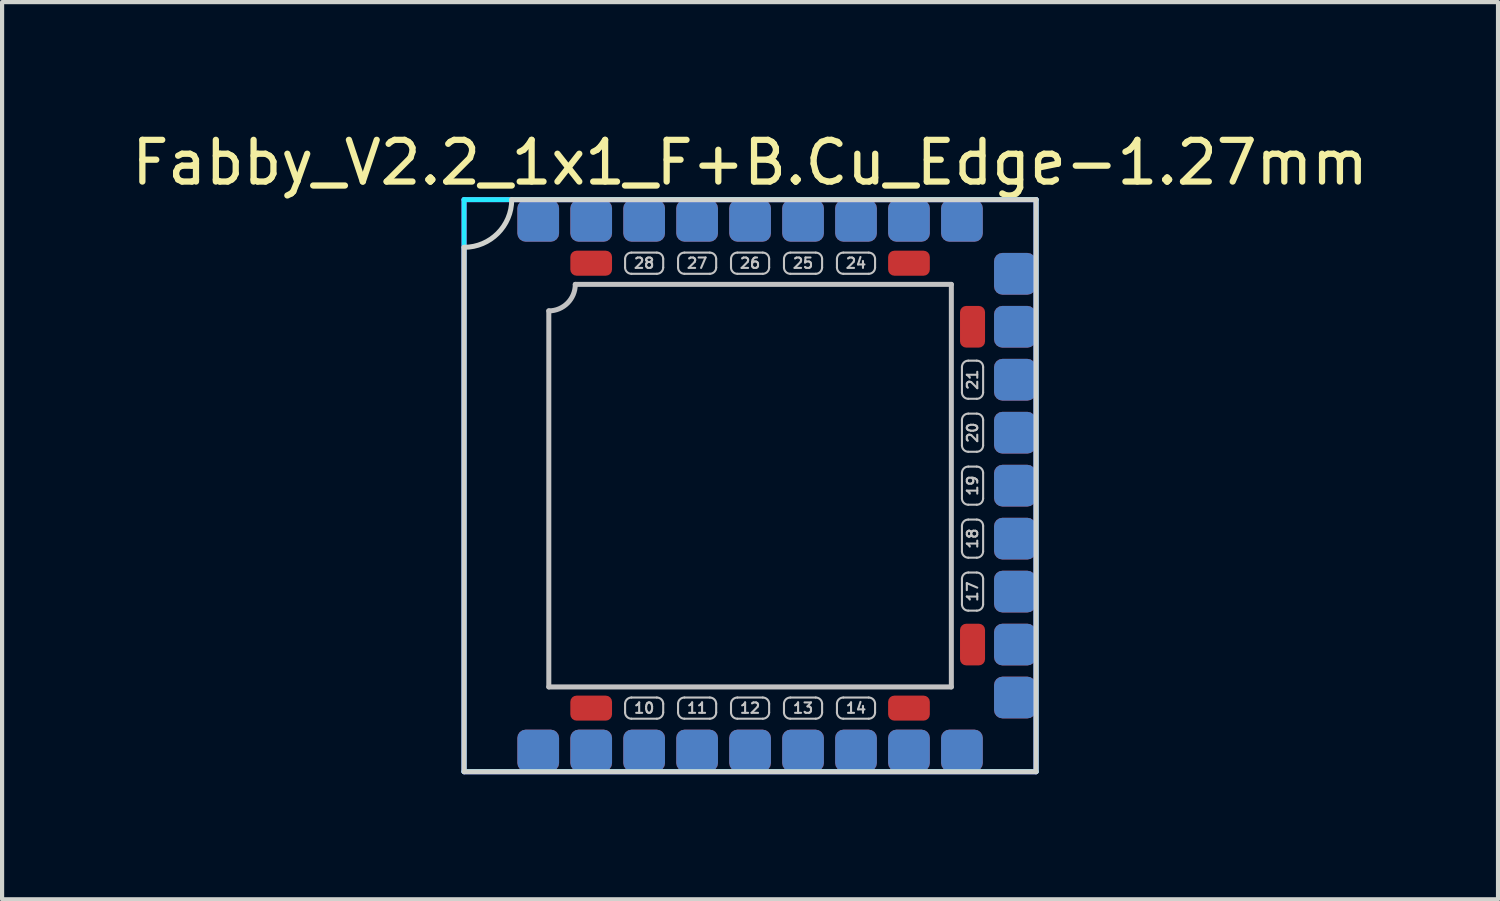
<source format=kicad_pcb>
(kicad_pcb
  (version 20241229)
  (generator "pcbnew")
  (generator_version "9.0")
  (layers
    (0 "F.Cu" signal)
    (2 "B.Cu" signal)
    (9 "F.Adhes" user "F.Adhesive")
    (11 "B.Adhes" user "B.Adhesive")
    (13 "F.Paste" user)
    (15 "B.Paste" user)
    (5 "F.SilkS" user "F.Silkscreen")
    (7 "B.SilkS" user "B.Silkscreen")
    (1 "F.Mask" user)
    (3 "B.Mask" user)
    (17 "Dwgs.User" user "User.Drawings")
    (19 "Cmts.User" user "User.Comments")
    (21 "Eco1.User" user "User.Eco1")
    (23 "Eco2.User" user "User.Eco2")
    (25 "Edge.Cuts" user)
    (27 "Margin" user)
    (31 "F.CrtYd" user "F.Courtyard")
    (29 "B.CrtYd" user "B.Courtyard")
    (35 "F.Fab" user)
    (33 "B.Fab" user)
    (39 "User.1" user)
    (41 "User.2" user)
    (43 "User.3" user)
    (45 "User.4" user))
  (footprint "Fabby_V2.2_1x1_F+B.Cu_Edge-1.27mm"
    (layer "F.Cu")
    (at 14.935 8.595)
    (property "Reference" "Fabby_V2.2_1x1_F+B.Cu_Edge-1.27mm" (at 0 -7.747 0) (layer "F.SilkS") (effects (font (size 1 1) (thickness 0.15))))
    (attr through_hole)
    (fp_line (start -4.826 4.826) (end -4.826 -4.191) (stroke (width 0.12) (type solid)) (layer "Dwgs.User"))
    (fp_line (start -4.191 -4.826) (end 4.826 -4.826) (stroke (width 0.12) (type solid)) (layer "Dwgs.User"))
    (fp_line (start -2.997 -5.436) (end -2.997 -5.232) (stroke (width 0.05) (type solid)) (layer "Dwgs.User"))
    (fp_line (start -2.997 5.232) (end -2.997 5.436) (stroke (width 0.05) (type solid)) (layer "Dwgs.User"))
    (fp_line (start -2.845 -5.588) (end -2.235 -5.588) (stroke (width 0.05) (type solid)) (layer "Dwgs.User"))
    (fp_line (start -2.845 -5.08) (end -2.235 -5.08) (stroke (width 0.05) (type solid)) (layer "Dwgs.User"))
    (fp_line (start -2.845 5.08) (end -2.235 5.08) (stroke (width 0.05) (type solid)) (layer "Dwgs.User"))
    (fp_line (start -2.845 5.588) (end -2.235 5.588) (stroke (width 0.05) (type solid)) (layer "Dwgs.User"))
    (fp_line (start -2.083 -5.436) (end -2.083 -5.232) (stroke (width 0.05) (type solid)) (layer "Dwgs.User"))
    (fp_line (start -2.083 5.232) (end -2.083 5.436) (stroke (width 0.05) (type solid)) (layer "Dwgs.User"))
    (fp_line (start -1.727 -5.436) (end -1.727 -5.232) (stroke (width 0.05) (type solid)) (layer "Dwgs.User"))
    (fp_line (start -1.727 5.232) (end -1.727 5.436) (stroke (width 0.05) (type solid)) (layer "Dwgs.User"))
    (fp_line (start -1.575 -5.588) (end -0.965 -5.588) (stroke (width 0.05) (type solid)) (layer "Dwgs.User"))
    (fp_line (start -1.575 -5.08) (end -0.965 -5.08) (stroke (width 0.05) (type solid)) (layer "Dwgs.User"))
    (fp_line (start -1.575 5.08) (end -0.965 5.08) (stroke (width 0.05) (type solid)) (layer "Dwgs.User"))
    (fp_line (start -1.575 5.588) (end -0.965 5.588) (stroke (width 0.05) (type solid)) (layer "Dwgs.User"))
    (fp_line (start -0.813 -5.436) (end -0.813 -5.232) (stroke (width 0.05) (type solid)) (layer "Dwgs.User"))
    (fp_line (start -0.813 5.232) (end -0.813 5.436) (stroke (width 0.05) (type solid)) (layer "Dwgs.User"))
    (fp_line (start -0.457 -5.436) (end -0.457 -5.232) (stroke (width 0.05) (type solid)) (layer "Dwgs.User"))
    (fp_line (start -0.457 5.232) (end -0.457 5.436) (stroke (width 0.05) (type solid)) (layer "Dwgs.User"))
    (fp_line (start -0.305 -5.588) (end 0.305 -5.588) (stroke (width 0.05) (type solid)) (layer "Dwgs.User"))
    (fp_line (start -0.305 -5.08) (end 0.305 -5.08) (stroke (width 0.05) (type solid)) (layer "Dwgs.User"))
    (fp_line (start -0.305 5.08) (end 0.305 5.08) (stroke (width 0.05) (type solid)) (layer "Dwgs.User"))
    (fp_line (start -0.305 5.588) (end 0.305 5.588) (stroke (width 0.05) (type solid)) (layer "Dwgs.User"))
    (fp_line (start 0.457 -5.436) (end 0.457 -5.232) (stroke (width 0.05) (type solid)) (layer "Dwgs.User"))
    (fp_line (start 0.457 5.232) (end 0.457 5.436) (stroke (width 0.05) (type solid)) (layer "Dwgs.User"))
    (fp_line (start 0.813 -5.436) (end 0.813 -5.232) (stroke (width 0.05) (type solid)) (layer "Dwgs.User"))
    (fp_line (start 0.813 5.232) (end 0.813 5.436) (stroke (width 0.05) (type solid)) (layer "Dwgs.User"))
    (fp_line (start 0.965 -5.588) (end 1.575 -5.588) (stroke (width 0.05) (type solid)) (layer "Dwgs.User"))
    (fp_line (start 0.965 -5.08) (end 1.575 -5.08) (stroke (width 0.05) (type solid)) (layer "Dwgs.User"))
    (fp_line (start 0.965 5.08) (end 1.575 5.08) (stroke (width 0.05) (type solid)) (layer "Dwgs.User"))
    (fp_line (start 0.965 5.588) (end 1.575 5.588) (stroke (width 0.05) (type solid)) (layer "Dwgs.User"))
    (fp_line (start 1.727 -5.436) (end 1.727 -5.232) (stroke (width 0.05) (type solid)) (layer "Dwgs.User"))
    (fp_line (start 1.727 5.232) (end 1.727 5.436) (stroke (width 0.05) (type solid)) (layer "Dwgs.User"))
    (fp_line (start 2.083 -5.436) (end 2.083 -5.232) (stroke (width 0.05) (type solid)) (layer "Dwgs.User"))
    (fp_line (start 2.083 5.232) (end 2.083 5.436) (stroke (width 0.05) (type solid)) (layer "Dwgs.User"))
    (fp_line (start 2.235 -5.588) (end 2.845 -5.588) (stroke (width 0.05) (type solid)) (layer "Dwgs.User"))
    (fp_line (start 2.235 -5.08) (end 2.845 -5.08) (stroke (width 0.05) (type solid)) (layer "Dwgs.User"))
    (fp_line (start 2.235 5.08) (end 2.845 5.08) (stroke (width 0.05) (type solid)) (layer "Dwgs.User"))
    (fp_line (start 2.235 5.588) (end 2.845 5.588) (stroke (width 0.05) (type solid)) (layer "Dwgs.User"))
    (fp_line (start 2.997 -5.436) (end 2.997 -5.232) (stroke (width 0.05) (type solid)) (layer "Dwgs.User"))
    (fp_line (start 2.997 5.232) (end 2.997 5.436) (stroke (width 0.05) (type solid)) (layer "Dwgs.User"))
    (fp_line (start 4.826 -4.826) (end 4.826 4.826) (stroke (width 0.12) (type solid)) (layer "Dwgs.User"))
    (fp_line (start 4.826 4.826) (end -4.826 4.826) (stroke (width 0.12) (type solid)) (layer "Dwgs.User"))
    (fp_line (start 5.08 -2.235) (end 5.08 -2.845) (stroke (width 0.05) (type solid)) (layer "Dwgs.User"))
    (fp_line (start 5.08 -0.965) (end 5.08 -1.575) (stroke (width 0.05) (type solid)) (layer "Dwgs.User"))
    (fp_line (start 5.08 0.305) (end 5.08 -0.305) (stroke (width 0.05) (type solid)) (layer "Dwgs.User"))
    (fp_line (start 5.08 1.575) (end 5.08 0.965) (stroke (width 0.05) (type solid)) (layer "Dwgs.User"))
    (fp_line (start 5.08 2.845) (end 5.08 2.235) (stroke (width 0.05) (type solid)) (layer "Dwgs.User"))
    (fp_line (start 5.232 -2.997) (end 5.436 -2.997) (stroke (width 0.05) (type solid)) (layer "Dwgs.User"))
    (fp_line (start 5.232 -2.083) (end 5.436 -2.083) (stroke (width 0.05) (type solid)) (layer "Dwgs.User"))
    (fp_line (start 5.232 -1.727) (end 5.436 -1.727) (stroke (width 0.05) (type solid)) (layer "Dwgs.User"))
    (fp_line (start 5.232 -0.813) (end 5.436 -0.813) (stroke (width 0.05) (type solid)) (layer "Dwgs.User"))
    (fp_line (start 5.232 -0.457) (end 5.436 -0.457) (stroke (width 0.05) (type solid)) (layer "Dwgs.User"))
    (fp_line (start 5.232 0.457) (end 5.436 0.457) (stroke (width 0.05) (type solid)) (layer "Dwgs.User"))
    (fp_line (start 5.232 0.813) (end 5.436 0.813) (stroke (width 0.05) (type solid)) (layer "Dwgs.User"))
    (fp_line (start 5.232 1.727) (end 5.436 1.727) (stroke (width 0.05) (type solid)) (layer "Dwgs.User"))
    (fp_line (start 5.232 2.083) (end 5.436 2.083) (stroke (width 0.05) (type solid)) (layer "Dwgs.User"))
    (fp_line (start 5.232 2.997) (end 5.436 2.997) (stroke (width 0.05) (type solid)) (layer "Dwgs.User"))
    (fp_line (start 5.588 -2.235) (end 5.588 -2.845) (stroke (width 0.05) (type solid)) (layer "Dwgs.User"))
    (fp_line (start 5.588 -0.965) (end 5.588 -1.575) (stroke (width 0.05) (type solid)) (layer "Dwgs.User"))
    (fp_line (start 5.588 0.305) (end 5.588 -0.305) (stroke (width 0.05) (type solid)) (layer "Dwgs.User"))
    (fp_line (start 5.588 1.575) (end 5.588 0.965) (stroke (width 0.05) (type solid)) (layer "Dwgs.User"))
    (fp_line (start 5.588 2.845) (end 5.588 2.235) (stroke (width 0.05) (type solid)) (layer "Dwgs.User"))
    (fp_arc (start -4.191 -4.826) (mid -4.376987 -4.376987) (end -4.826 -4.191) (stroke (width 0.12) (type solid)) (layer "Dwgs.User"))
    (fp_arc (start -2.9972 -5.4356) (mid -2.952563 -5.543363) (end -2.8448 -5.588) (stroke (width 0.05) (type solid)) (layer "Dwgs.User"))
    (fp_arc (start -2.9972 5.2324) (mid -2.952563 5.124637) (end -2.8448 5.08) (stroke (width 0.05) (type solid)) (layer "Dwgs.User"))
    (fp_arc (start -2.8448 -5.08) (mid -2.952563 -5.124637) (end -2.9972 -5.2324) (stroke (width 0.05) (type solid)) (layer "Dwgs.User"))
    (fp_arc (start -2.8448 5.588) (mid -2.952563 5.543363) (end -2.9972 5.4356) (stroke (width 0.05) (type solid)) (layer "Dwgs.User"))
    (fp_arc (start -2.2352 -5.588) (mid -2.127437 -5.543363) (end -2.0828 -5.4356) (stroke (width 0.05) (type solid)) (layer "Dwgs.User"))
    (fp_arc (start -2.2352 5.08) (mid -2.127437 5.124637) (end -2.0828 5.2324) (stroke (width 0.05) (type solid)) (layer "Dwgs.User"))
    (fp_arc (start -2.0828 -5.2324) (mid -2.127437 -5.124637) (end -2.2352 -5.08) (stroke (width 0.05) (type solid)) (layer "Dwgs.User"))
    (fp_arc (start -2.0828 5.4356) (mid -2.127437 5.543363) (end -2.2352 5.588) (stroke (width 0.05) (type solid)) (layer "Dwgs.User"))
    (fp_arc (start -1.7272 -5.4356) (mid -1.682563 -5.543363) (end -1.5748 -5.588) (stroke (width 0.05) (type solid)) (layer "Dwgs.User"))
    (fp_arc (start -1.7272 5.2324) (mid -1.682563 5.124637) (end -1.5748 5.08) (stroke (width 0.05) (type solid)) (layer "Dwgs.User"))
    (fp_arc (start -1.5748 -5.08) (mid -1.682563 -5.124637) (end -1.7272 -5.2324) (stroke (width 0.05) (type solid)) (layer "Dwgs.User"))
    (fp_arc (start -1.5748 5.588) (mid -1.682563 5.543363) (end -1.7272 5.4356) (stroke (width 0.05) (type solid)) (layer "Dwgs.User"))
    (fp_arc (start -0.9652 -5.588) (mid -0.857437 -5.543363) (end -0.8128 -5.4356) (stroke (width 0.05) (type solid)) (layer "Dwgs.User"))
    (fp_arc (start -0.9652 5.08) (mid -0.857437 5.124637) (end -0.8128 5.2324) (stroke (width 0.05) (type solid)) (layer "Dwgs.User"))
    (fp_arc (start -0.8128 -5.2324) (mid -0.857437 -5.124637) (end -0.9652 -5.08) (stroke (width 0.05) (type solid)) (layer "Dwgs.User"))
    (fp_arc (start -0.8128 5.4356) (mid -0.857437 5.543363) (end -0.9652 5.588) (stroke (width 0.05) (type solid)) (layer "Dwgs.User"))
    (fp_arc (start -0.4572 -5.4356) (mid -0.412563 -5.543363) (end -0.3048 -5.588) (stroke (width 0.05) (type solid)) (layer "Dwgs.User"))
    (fp_arc (start -0.4572 5.2324) (mid -0.412563 5.124637) (end -0.3048 5.08) (stroke (width 0.05) (type solid)) (layer "Dwgs.User"))
    (fp_arc (start -0.3048 -5.08) (mid -0.412563 -5.124637) (end -0.4572 -5.2324) (stroke (width 0.05) (type solid)) (layer "Dwgs.User"))
    (fp_arc (start -0.3048 5.588) (mid -0.412563 5.543363) (end -0.4572 5.4356) (stroke (width 0.05) (type solid)) (layer "Dwgs.User"))
    (fp_arc (start 0.3048 -5.588) (mid 0.412563 -5.543363) (end 0.4572 -5.4356) (stroke (width 0.05) (type solid)) (layer "Dwgs.User"))
    (fp_arc (start 0.3048 5.08) (mid 0.412563 5.124637) (end 0.4572 5.2324) (stroke (width 0.05) (type solid)) (layer "Dwgs.User"))
    (fp_arc (start 0.4572 -5.2324) (mid 0.412563 -5.124637) (end 0.3048 -5.08) (stroke (width 0.05) (type solid)) (layer "Dwgs.User"))
    (fp_arc (start 0.4572 5.4356) (mid 0.412563 5.543363) (end 0.3048 5.588) (stroke (width 0.05) (type solid)) (layer "Dwgs.User"))
    (fp_arc (start 0.8128 -5.4356) (mid 0.857437 -5.543363) (end 0.9652 -5.588) (stroke (width 0.05) (type solid)) (layer "Dwgs.User"))
    (fp_arc (start 0.8128 5.2324) (mid 0.857437 5.124637) (end 0.9652 5.08) (stroke (width 0.05) (type solid)) (layer "Dwgs.User"))
    (fp_arc (start 0.9652 -5.08) (mid 0.857437 -5.124637) (end 0.8128 -5.2324) (stroke (width 0.05) (type solid)) (layer "Dwgs.User"))
    (fp_arc (start 0.9652 5.588) (mid 0.857437 5.543363) (end 0.8128 5.4356) (stroke (width 0.05) (type solid)) (layer "Dwgs.User"))
    (fp_arc (start 1.5748 -5.588) (mid 1.682563 -5.543363) (end 1.7272 -5.4356) (stroke (width 0.05) (type solid)) (layer "Dwgs.User"))
    (fp_arc (start 1.5748 5.08) (mid 1.682563 5.124637) (end 1.7272 5.2324) (stroke (width 0.05) (type solid)) (layer "Dwgs.User"))
    (fp_arc (start 1.7272 -5.2324) (mid 1.682563 -5.124637) (end 1.5748 -5.08) (stroke (width 0.05) (type solid)) (layer "Dwgs.User"))
    (fp_arc (start 1.7272 5.4356) (mid 1.682563 5.543363) (end 1.5748 5.588) (stroke (width 0.05) (type solid)) (layer "Dwgs.User"))
    (fp_arc (start 2.0828 -5.4356) (mid 2.127437 -5.543363) (end 2.2352 -5.588) (stroke (width 0.05) (type solid)) (layer "Dwgs.User"))
    (fp_arc (start 2.0828 5.2324) (mid 2.127437 5.124637) (end 2.2352 5.08) (stroke (width 0.05) (type solid)) (layer "Dwgs.User"))
    (fp_arc (start 2.2352 -5.08) (mid 2.127437 -5.124637) (end 2.0828 -5.2324) (stroke (width 0.05) (type solid)) (layer "Dwgs.User"))
    (fp_arc (start 2.2352 5.588) (mid 2.127437 5.543363) (end 2.0828 5.4356) (stroke (width 0.05) (type solid)) (layer "Dwgs.User"))
    (fp_arc (start 2.8448 -5.588) (mid 2.952563 -5.543363) (end 2.9972 -5.4356) (stroke (width 0.05) (type solid)) (layer "Dwgs.User"))
    (fp_arc (start 2.8448 5.08) (mid 2.952563 5.124637) (end 2.9972 5.2324) (stroke (width 0.05) (type solid)) (layer "Dwgs.User"))
    (fp_arc (start 2.9972 -5.2324) (mid 2.952563 -5.124637) (end 2.8448 -5.08) (stroke (width 0.05) (type solid)) (layer "Dwgs.User"))
    (fp_arc (start 2.9972 5.4356) (mid 2.952563 5.543363) (end 2.8448 5.588) (stroke (width 0.05) (type solid)) (layer "Dwgs.User"))
    (fp_arc (start 5.08 -2.8448) (mid 5.124637 -2.952563) (end 5.2324 -2.9972) (stroke (width 0.05) (type solid)) (layer "Dwgs.User"))
    (fp_arc (start 5.08 -1.5748) (mid 5.124637 -1.682563) (end 5.2324 -1.7272) (stroke (width 0.05) (type solid)) (layer "Dwgs.User"))
    (fp_arc (start 5.08 -0.3048) (mid 5.124637 -0.412563) (end 5.2324 -0.4572) (stroke (width 0.05) (type solid)) (layer "Dwgs.User"))
    (fp_arc (start 5.08 0.9652) (mid 5.124637 0.857437) (end 5.2324 0.8128) (stroke (width 0.05) (type solid)) (layer "Dwgs.User"))
    (fp_arc (start 5.08 2.2352) (mid 5.124637 2.127437) (end 5.2324 2.0828) (stroke (width 0.05) (type solid)) (layer "Dwgs.User"))
    (fp_arc (start 5.2324 -2.0828) (mid 5.124637 -2.127437) (end 5.08 -2.2352) (stroke (width 0.05) (type solid)) (layer "Dwgs.User"))
    (fp_arc (start 5.2324 -0.8128) (mid 5.124637 -0.857437) (end 5.08 -0.9652) (stroke (width 0.05) (type solid)) (layer "Dwgs.User"))
    (fp_arc (start 5.2324 0.4572) (mid 5.124637 0.412563) (end 5.08 0.3048) (stroke (width 0.05) (type solid)) (layer "Dwgs.User"))
    (fp_arc (start 5.2324 1.7272) (mid 5.124637 1.682563) (end 5.08 1.5748) (stroke (width 0.05) (type solid)) (layer "Dwgs.User"))
    (fp_arc (start 5.2324 2.9972) (mid 5.124637 2.952563) (end 5.08 2.8448) (stroke (width 0.05) (type solid)) (layer "Dwgs.User"))
    (fp_arc (start 5.4356 -2.9972) (mid 5.543363 -2.952563) (end 5.588 -2.8448) (stroke (width 0.05) (type solid)) (layer "Dwgs.User"))
    (fp_arc (start 5.4356 -1.7272) (mid 5.543363 -1.682563) (end 5.588 -1.5748) (stroke (width 0.05) (type solid)) (layer "Dwgs.User"))
    (fp_arc (start 5.4356 -0.4572) (mid 5.543363 -0.412563) (end 5.588 -0.3048) (stroke (width 0.05) (type solid)) (layer "Dwgs.User"))
    (fp_arc (start 5.4356 0.8128) (mid 5.543363 0.857437) (end 5.588 0.9652) (stroke (width 0.05) (type solid)) (layer "Dwgs.User"))
    (fp_arc (start 5.4356 2.0828) (mid 5.543363 2.127437) (end 5.588 2.2352) (stroke (width 0.05) (type solid)) (layer "Dwgs.User"))
    (fp_arc (start 5.588 -2.2352) (mid 5.543363 -2.127437) (end 5.4356 -2.0828) (stroke (width 0.05) (type solid)) (layer "Dwgs.User"))
    (fp_arc (start 5.588 -0.9652) (mid 5.543363 -0.857437) (end 5.4356 -0.8128) (stroke (width 0.05) (type solid)) (layer "Dwgs.User"))
    (fp_arc (start 5.588 0.3048) (mid 5.543363 0.412563) (end 5.4356 0.4572) (stroke (width 0.05) (type solid)) (layer "Dwgs.User"))
    (fp_arc (start 5.588 1.5748) (mid 5.543363 1.682563) (end 5.4356 1.7272) (stroke (width 0.05) (type solid)) (layer "Dwgs.User"))
    (fp_arc (start 5.588 2.8448) (mid 5.543363 2.952563) (end 5.4356 2.9972) (stroke (width 0.05) (type solid)) (layer "Dwgs.User"))
    (fp_line (start -6.858 -5.715) (end -6.858 6.858) (stroke (width 0.12) (type solid)) (layer "Edge.Cuts"))
    (fp_line (start -6.858 6.858) (end 6.858 6.858) (stroke (width 0.12) (type solid)) (layer "Edge.Cuts"))
    (fp_line (start -5.715 -6.858) (end 6.858 -6.858) (stroke (width 0.12) (type solid)) (layer "Edge.Cuts"))
    (fp_line (start 6.858 -6.858) (end 6.858 6.858) (stroke (width 0.12) (type solid)) (layer "Edge.Cuts"))
    (fp_arc (start -5.715 -6.858) (mid -6.049777 -6.049777) (end -6.858 -5.715) (stroke (width 0.12) (type solid)) (layer "Edge.Cuts"))
    (fp_line (start -6.858 -6.858) (end 6.858 -6.858) (stroke (width 0.12) (type solid)) (layer "B.CrtYd"))
    (fp_line (start -6.858 6.858) (end -6.858 -6.858) (stroke (width 0.12) (type solid)) (layer "B.CrtYd"))
    (fp_line (start 6.858 -6.858) (end 6.858 6.858) (stroke (width 0.12) (type solid)) (layer "B.CrtYd"))
    (fp_line (start 6.858 6.858) (end -6.858 6.858) (stroke (width 0.12) (type solid)) (layer "B.CrtYd"))
    (fp_line (start -6.858 -6.858) (end 6.858 -6.858) (stroke (width 0.12) (type solid)) (layer "F.CrtYd"))
    (fp_line (start -6.858 6.858) (end -6.858 -6.858) (stroke (width 0.12) (type solid)) (layer "F.CrtYd"))
    (fp_line (start 6.858 -6.858) (end 6.858 6.858) (stroke (width 0.12) (type solid)) (layer "F.CrtYd"))
    (fp_line (start 6.858 6.858) (end -6.858 6.858) (stroke (width 0.12) (type solid)) (layer "F.CrtYd"))
    (fp_text user "17" (at 5.334 2.54 90) (layer "Dwgs.User") (effects (font (size 0.25 0.25) (thickness 0.05))))
    (fp_text user "27" (at -1.27 -5.334 0) (layer "Dwgs.User") (effects (font (size 0.25 0.25) (thickness 0.05))))
    (fp_text user "26" (at 0 -5.334 0) (layer "Dwgs.User") (effects (font (size 0.25 0.25) (thickness 0.05))))
    (fp_text user "24" (at 2.54 -5.334 0) (layer "Dwgs.User") (effects (font (size 0.25 0.25) (thickness 0.05))))
    (fp_text user "18" (at 5.334 1.27 90) (layer "Dwgs.User") (effects (font (size 0.25 0.25) (thickness 0.05))))
    (fp_text user "19" (at 5.334 0 90) (layer "Dwgs.User") (effects (font (size 0.25 0.25) (thickness 0.05))))
    (fp_text user "11" (at -1.27 5.334 0) (layer "Dwgs.User") (effects (font (size 0.25 0.25) (thickness 0.05))))
    (fp_text user "21" (at 5.334 -2.54 90) (layer "Dwgs.User") (effects (font (size 0.25 0.25) (thickness 0.05))))
    (fp_text user "14" (at 2.54 5.334 0) (layer "Dwgs.User") (effects (font (size 0.25 0.25) (thickness 0.05))))
    (fp_text user "28" (at -2.54 -5.334 0) (layer "Dwgs.User") (effects (font (size 0.25 0.25) (thickness 0.05))))
    (fp_text user "12" (at 0 5.334 0) (layer "Dwgs.User") (effects (font (size 0.25 0.25) (thickness 0.05))))
    (fp_text user "25" (at 1.27 -5.334 0) (layer "Dwgs.User") (effects (font (size 0.25 0.25) (thickness 0.05))))
    (fp_text user "20" (at 5.334 -1.27 90) (layer "Dwgs.User") (effects (font (size 0.25 0.25) (thickness 0.05))))
    (fp_text user "13" (at 1.27 5.334 0) (layer "Dwgs.User") (effects (font (size 0.25 0.25) (thickness 0.05))))
    (fp_text user "10" (at -2.54 5.334 0) (layer "Dwgs.User") (effects (font (size 0.25 0.25) (thickness 0.05))))
    (pad "" smd roundrect (at -3.81 -6.35 270) (size 1 1) (layers "F.Cu" "F.Mask" "F.Paste") (roundrect_rratio 0.2))
    (pad "" smd roundrect (at -3.81 -6.35 270) (size 1 1) (layers "B.Cu" "B.Mask" "B.Paste") (roundrect_rratio 0.2))
    (pad "" smd roundrect (at -3.81 6.35 270) (size 1 1) (layers "F.Cu" "F.Mask" "F.Paste") (roundrect_rratio 0.2))
    (pad "" smd roundrect (at -3.81 6.35 270) (size 1 1) (layers "B.Cu" "B.Mask" "B.Paste") (roundrect_rratio 0.2))
    (pad "" smd roundrect (at 3.81 -6.35 270) (size 1 1) (layers "F.Cu" "F.Mask" "F.Paste") (roundrect_rratio 0.2))
    (pad "" smd roundrect (at 3.81 -6.35 270) (size 1 1) (layers "B.Cu" "B.Mask" "B.Paste") (roundrect_rratio 0.2))
    (pad "" smd roundrect (at 3.81 6.35 270) (size 1 1) (layers "F.Cu" "F.Mask" "F.Paste") (roundrect_rratio 0.2))
    (pad "" smd roundrect (at 3.81 6.35 270) (size 1 1) (layers "B.Cu" "B.Mask" "B.Paste") (roundrect_rratio 0.2))
    (pad "" smd roundrect (at 6.35 -3.81 270) (size 1 1) (layers "F.Cu" "F.Mask" "F.Paste") (roundrect_rratio 0.2))
    (pad "" smd roundrect (at 6.35 -3.81 270) (size 1 1) (layers "B.Cu" "B.Mask" "B.Paste") (roundrect_rratio 0.2))
    (pad "" smd roundrect (at 6.35 3.81 270) (size 1 1) (layers "F.Cu" "F.Mask" "F.Paste") (roundrect_rratio 0.2))
    (pad "" smd roundrect (at 6.35 3.81 270) (size 1 1) (layers "B.Cu" "B.Mask" "B.Paste") (roundrect_rratio 0.2))
    (pad "1" smd roundrect (at -5.08 -6.35 270) (size 1 1) (layers "F.Cu" "F.Mask" "F.Paste") (roundrect_rratio 0.2))
    (pad "1" smd roundrect (at -5.08 -6.35 270) (size 1 1) (layers "B.Cu" "B.Mask" "B.Paste") (roundrect_rratio 0.2))
    (pad "1" smd roundrect (at -5.08 6.35 270) (size 1 1) (layers "F.Cu" "F.Mask" "F.Paste") (roundrect_rratio 0.2))
    (pad "1" smd roundrect (at -5.08 6.35 270) (size 1 1) (layers "B.Cu" "B.Mask" "B.Paste") (roundrect_rratio 0.2))
    (pad "1" smd roundrect (at 5.08 -6.35 270) (size 1 1) (layers "F.Cu" "F.Mask" "F.Paste") (roundrect_rratio 0.2))
    (pad "1" smd roundrect (at 5.08 -6.35 270) (size 1 1) (layers "B.Cu" "B.Mask" "B.Paste") (roundrect_rratio 0.2))
    (pad "1" smd roundrect (at 5.08 6.35 270) (size 1 1) (layers "F.Cu" "F.Mask" "F.Paste") (roundrect_rratio 0.2))
    (pad "1" smd roundrect (at 5.08 6.35 270) (size 1 1) (layers "B.Cu" "B.Mask" "B.Paste") (roundrect_rratio 0.2))
    (pad "1" smd roundrect (at 6.35 -5.08 270) (size 1 1) (layers "F.Cu" "F.Mask" "F.Paste") (roundrect_rratio 0.2))
    (pad "1" smd roundrect (at 6.35 -5.08 270) (size 1 1) (layers "B.Cu" "B.Mask" "B.Paste") (roundrect_rratio 0.2))
    (pad "1" smd roundrect (at 6.35 5.08 270) (size 1 1) (layers "F.Cu" "F.Mask" "F.Paste") (roundrect_rratio 0.2))
    (pad "1" smd roundrect (at 6.35 5.08 270) (size 1 1) (layers "B.Cu" "B.Mask" "B.Paste") (roundrect_rratio 0.2))
    (pad "9" smd roundrect (at -3.81 5.334) (size 1 0.6) (layers "F.Cu" "F.Mask" "F.Paste") (roundrect_rratio 0.25))
    (pad "10" smd roundrect (at -2.54 6.35 270) (size 1 1) (layers "F.Cu" "F.Mask" "F.Paste") (roundrect_rratio 0.2))
    (pad "10" smd roundrect (at -2.54 6.35 270) (size 1 1) (layers "B.Cu" "B.Mask" "B.Paste") (roundrect_rratio 0.2))
    (pad "11" smd roundrect (at -1.27 6.35 270) (size 1 1) (layers "F.Cu" "F.Mask" "F.Paste") (roundrect_rratio 0.2))
    (pad "11" smd roundrect (at -1.27 6.35 270) (size 1 1) (layers "B.Cu" "B.Mask" "B.Paste") (roundrect_rratio 0.2))
    (pad "12" smd roundrect (at 0 6.35 270) (size 1 1) (layers "F.Cu" "F.Mask" "F.Paste") (roundrect_rratio 0.2))
    (pad "12" smd roundrect (at 0 6.35 270) (size 1 1) (layers "B.Cu" "B.Mask" "B.Paste") (roundrect_rratio 0.2))
    (pad "13" smd roundrect (at 1.27 6.35 270) (size 1 1) (layers "F.Cu" "F.Mask" "F.Paste") (roundrect_rratio 0.2))
    (pad "13" smd roundrect (at 1.27 6.35 270) (size 1 1) (layers "B.Cu" "B.Mask" "B.Paste") (roundrect_rratio 0.2))
    (pad "14" smd roundrect (at 2.54 6.35 270) (size 1 1) (layers "F.Cu" "F.Mask" "F.Paste") (roundrect_rratio 0.2))
    (pad "14" smd roundrect (at 2.54 6.35 270) (size 1 1) (layers "B.Cu" "B.Mask" "B.Paste") (roundrect_rratio 0.2))
    (pad "15" smd roundrect (at 3.81 5.334) (size 1 0.6) (layers "F.Cu" "F.Mask" "F.Paste") (roundrect_rratio 0.25))
    (pad "16" smd roundrect (at 5.334 3.81 270) (size 1 0.6) (layers "F.Cu" "F.Mask" "F.Paste") (roundrect_rratio 0.25))
    (pad "17" smd roundrect (at 6.35 2.54 270) (size 1 1) (layers "F.Cu" "F.Mask" "F.Paste") (roundrect_rratio 0.2))
    (pad "17" smd roundrect (at 6.35 2.54 270) (size 1 1) (layers "B.Cu" "B.Mask" "B.Paste") (roundrect_rratio 0.2))
    (pad "18" smd roundrect (at 6.35 1.27 270) (size 1 1) (layers "F.Cu" "F.Mask" "F.Paste") (roundrect_rratio 0.2))
    (pad "18" smd roundrect (at 6.35 1.27 270) (size 1 1) (layers "B.Cu" "B.Mask" "B.Paste") (roundrect_rratio 0.2))
    (pad "19" smd roundrect (at 6.35 0 270) (size 1 1) (layers "F.Cu" "F.Mask" "F.Paste") (roundrect_rratio 0.2))
    (pad "19" smd roundrect (at 6.35 0 270) (size 1 1) (layers "B.Cu" "B.Mask" "B.Paste") (roundrect_rratio 0.2))
    (pad "20" smd roundrect (at 6.35 -1.27 270) (size 1 1) (layers "F.Cu" "F.Mask" "F.Paste") (roundrect_rratio 0.2))
    (pad "20" smd roundrect (at 6.35 -1.27 270) (size 1 1) (layers "B.Cu" "B.Mask" "B.Paste") (roundrect_rratio 0.2))
    (pad "21" smd roundrect (at 6.35 -2.54 270) (size 1 1) (layers "F.Cu" "F.Mask" "F.Paste") (roundrect_rratio 0.2))
    (pad "21" smd roundrect (at 6.35 -2.54 270) (size 1 1) (layers "B.Cu" "B.Mask" "B.Paste") (roundrect_rratio 0.2))
    (pad "22" smd roundrect (at 5.334 -3.81 270) (size 1 0.6) (layers "F.Cu" "F.Mask" "F.Paste") (roundrect_rratio 0.25))
    (pad "23" smd roundrect (at 3.81 -5.334 180) (size 1 0.6) (layers "F.Cu" "F.Mask" "F.Paste") (roundrect_rratio 0.25))
    (pad "24" smd roundrect (at 2.54 -6.35 270) (size 1 1) (layers "F.Cu" "F.Mask" "F.Paste") (roundrect_rratio 0.2))
    (pad "24" smd roundrect (at 2.54 -6.35 270) (size 1 1) (layers "B.Cu" "B.Mask" "B.Paste") (roundrect_rratio 0.2))
    (pad "25" smd roundrect (at 1.27 -6.35 270) (size 1 1) (layers "F.Cu" "F.Mask" "F.Paste") (roundrect_rratio 0.2))
    (pad "25" smd roundrect (at 1.27 -6.35 270) (size 1 1) (layers "B.Cu" "B.Mask" "B.Paste") (roundrect_rratio 0.2))
    (pad "26" smd roundrect (at 0 -6.35 270) (size 1 1) (layers "F.Cu" "F.Mask" "F.Paste") (roundrect_rratio 0.2))
    (pad "26" smd roundrect (at 0 -6.35 270) (size 1 1) (layers "B.Cu" "B.Mask" "B.Paste") (roundrect_rratio 0.2))
    (pad "27" smd roundrect (at -1.27 -6.35 270) (size 1 1) (layers "F.Cu" "F.Mask" "F.Paste") (roundrect_rratio 0.2))
    (pad "27" smd roundrect (at -1.27 -6.35 270) (size 1 1) (layers "B.Cu" "B.Mask" "B.Paste") (roundrect_rratio 0.2))
    (pad "28" smd roundrect (at -2.54 -6.35 270) (size 1 1) (layers "F.Cu" "F.Mask" "F.Paste") (roundrect_rratio 0.2))
    (pad "28" smd roundrect (at -2.54 -6.35 270) (size 1 1) (layers "B.Cu" "B.Mask" "B.Paste") (roundrect_rratio 0.2))
    (pad "29" smd roundrect (at -3.81 -5.334 180) (size 1 0.6) (layers "F.Cu" "F.Mask" "F.Paste") (roundrect_rratio 0.25)))
  (gr_rect
    (start -3 -3)
    (end 32.869 18.513)
    (stroke (width 0.1) (type default))
    (fill no)
    (layer "Edge.Cuts")))
</source>
